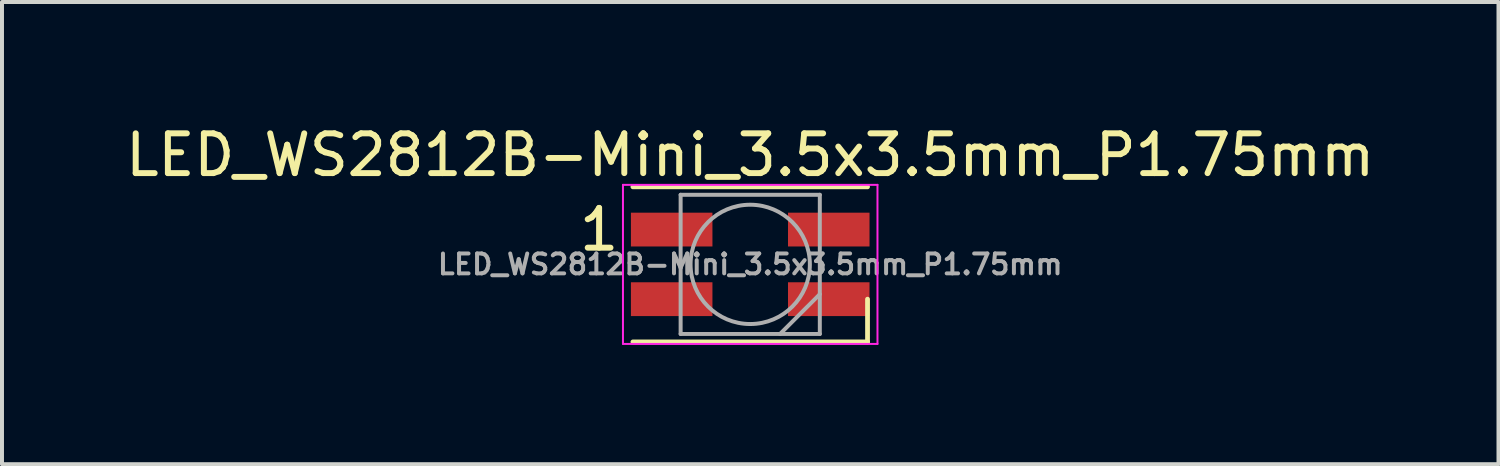
<source format=kicad_pcb>
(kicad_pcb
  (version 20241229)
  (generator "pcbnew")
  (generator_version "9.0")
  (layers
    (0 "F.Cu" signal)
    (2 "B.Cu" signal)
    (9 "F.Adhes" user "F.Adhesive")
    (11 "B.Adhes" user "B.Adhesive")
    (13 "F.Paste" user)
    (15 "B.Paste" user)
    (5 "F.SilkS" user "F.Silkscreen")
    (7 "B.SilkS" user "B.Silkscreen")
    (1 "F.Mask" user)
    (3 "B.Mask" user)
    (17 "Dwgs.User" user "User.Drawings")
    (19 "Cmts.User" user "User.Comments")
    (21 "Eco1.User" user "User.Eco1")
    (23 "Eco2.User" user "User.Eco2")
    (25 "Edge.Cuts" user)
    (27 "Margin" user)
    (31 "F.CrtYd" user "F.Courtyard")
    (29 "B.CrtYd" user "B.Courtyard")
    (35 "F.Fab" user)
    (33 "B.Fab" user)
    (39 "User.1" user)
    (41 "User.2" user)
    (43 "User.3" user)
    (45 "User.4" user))
  (footprint "LED_WS2812B-Mini_3.5x3.5mm_P1.75mm"
    (layer "F.Cu")
    (at 15.815 3.598)
    (property "Reference" "LED_WS2812B-Mini_3.5x3.5mm_P1.75mm" (at 0 -2.75 0) (layer "F.SilkS") (effects (font (size 1 1) (thickness 0.15))))
    (attr smd)
    (fp_line (start -2.95 -1.95) (end 2.95 -1.95) (stroke (width 0.12) (type solid)) (layer "F.SilkS"))
    (fp_line (start -2.95 1.95) (end 2.95 1.95) (stroke (width 0.12) (type solid)) (layer "F.SilkS"))
    (fp_line (start 2.95 1.95) (end 2.95 0.875) (stroke (width 0.12) (type solid)) (layer "F.SilkS"))
    (fp_line (start -3.2 -2) (end -3.2 2) (stroke (width 0.05) (type solid)) (layer "F.CrtYd"))
    (fp_line (start -3.2 2) (end 3.2 2) (stroke (width 0.05) (type solid)) (layer "F.CrtYd"))
    (fp_line (start 3.2 -2) (end -3.2 -2) (stroke (width 0.05) (type solid)) (layer "F.CrtYd"))
    (fp_line (start 3.2 2) (end 3.2 -2) (stroke (width 0.05) (type solid)) (layer "F.CrtYd"))
    (fp_line (start -1.75 -1.75) (end -1.75 1.75) (stroke (width 0.1) (type solid)) (layer "F.Fab"))
    (fp_line (start -1.75 1.75) (end 1.75 1.75) (stroke (width 0.1) (type solid)) (layer "F.Fab"))
    (fp_line (start 1.75 -1.75) (end -1.75 -1.75) (stroke (width 0.1) (type solid)) (layer "F.Fab"))
    (fp_line (start 1.75 0.75) (end 0.75 1.75) (stroke (width 0.1) (type solid)) (layer "F.Fab"))
    (fp_line (start 1.75 1.75) (end 1.75 -1.75) (stroke (width 0.1) (type solid)) (layer "F.Fab"))
    (fp_circle (center 0 0) (end 0 -1.5) (stroke (width 0.1) (type solid)) (fill no) (layer "F.Fab"))
    (fp_text user "1" (at -3.8 -0.875 0) (layer "F.SilkS") (effects (font (size 1 1) (thickness 0.15))))
    (fp_text user "${REFERENCE}" (at 0 0 0) (layer "F.Fab") (effects (font (size 0.5 0.5) (thickness 0.1))))
    (pad "1" smd rect (at -1.975 -0.875) (size 2.05 0.85) (layers "F.Cu" "F.Mask" "F.Paste"))
    (pad "2" smd rect (at -1.975 0.875) (size 2.05 0.85) (layers "F.Cu" "F.Mask" "F.Paste"))
    (pad "3" smd rect (at 1.975 0.875) (size 2.05 0.85) (layers "F.Cu" "F.Mask" "F.Paste"))
    (pad "4" smd rect (at 1.975 -0.875) (size 2.05 0.85) (layers "F.Cu" "F.Mask" "F.Paste")))
  (gr_rect
    (start -3 -3)
    (end 34.631 8.623)
    (stroke (width 0.1) (type default))
    (fill no)
    (layer "Edge.Cuts")))
</source>
